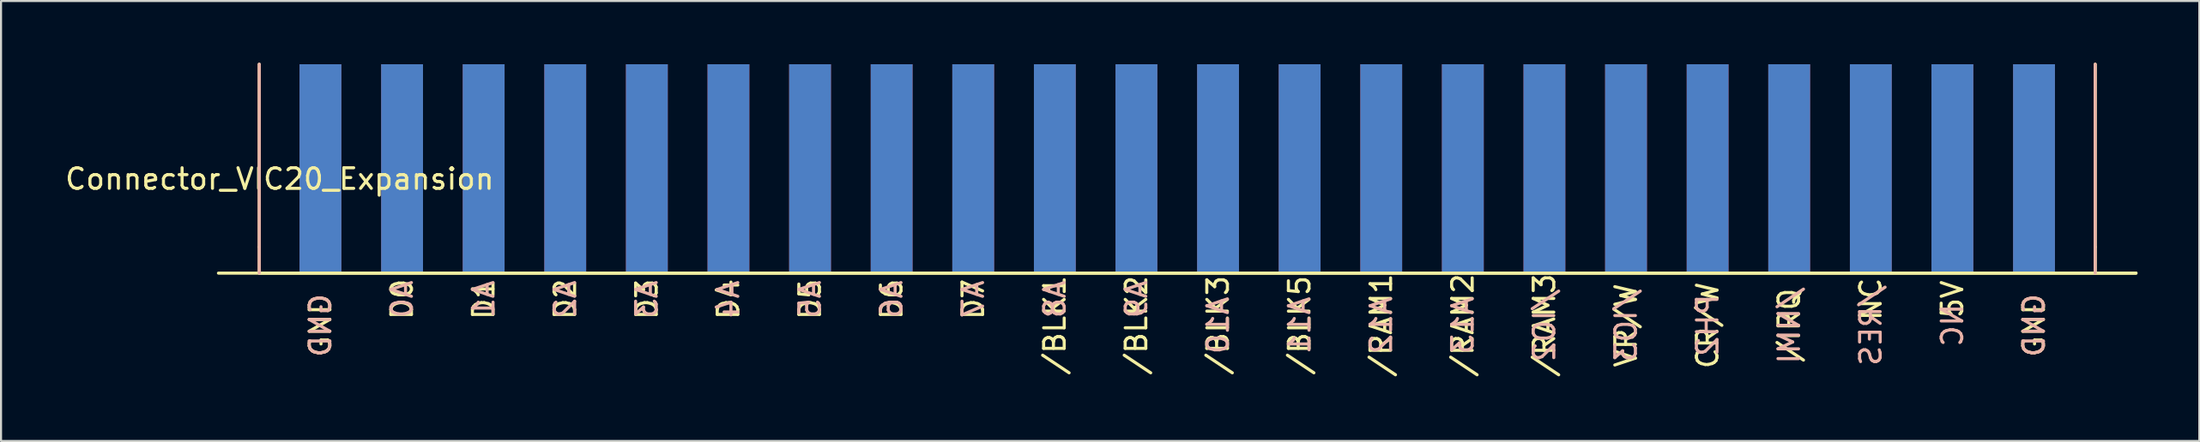
<source format=kicad_pcb>
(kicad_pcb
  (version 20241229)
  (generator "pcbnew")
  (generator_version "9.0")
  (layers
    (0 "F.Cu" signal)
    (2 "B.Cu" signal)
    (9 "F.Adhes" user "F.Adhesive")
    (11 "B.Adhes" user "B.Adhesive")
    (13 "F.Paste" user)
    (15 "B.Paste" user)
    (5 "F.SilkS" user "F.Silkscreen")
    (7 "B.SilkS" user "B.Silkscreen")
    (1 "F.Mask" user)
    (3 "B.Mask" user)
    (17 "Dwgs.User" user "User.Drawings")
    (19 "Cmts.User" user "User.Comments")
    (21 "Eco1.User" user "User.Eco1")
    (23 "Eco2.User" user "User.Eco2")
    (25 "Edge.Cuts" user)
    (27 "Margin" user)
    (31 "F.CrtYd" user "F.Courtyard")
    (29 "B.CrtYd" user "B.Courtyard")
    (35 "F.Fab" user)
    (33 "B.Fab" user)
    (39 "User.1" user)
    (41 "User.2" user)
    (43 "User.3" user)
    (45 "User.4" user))
  (footprint "Connector_VIC20_Expansion"
    (layer "F.Cu")
    (at 10.53 5.155)
    (property "Reference" "Connector_VIC20_Expansion" (at 0 0.5 0) (layer "F.SilkS") (effects (font (size 1 1) (thickness 0.15))))
    (attr exclude_from_pos_files exclude_from_bom)
    (fp_line (start -0.991 3.81) (end -0.991 -5.08) (stroke (width 0.15) (type solid)) (layer "F.SilkS"))
    (fp_line (start -0.991 5.08) (end -0.991 3.81) (stroke (width 0.15) (type solid)) (layer "F.SilkS"))
    (fp_line (start -0.991 5.08) (end 88.163 5.08) (stroke (width 0.15) (type solid)) (layer "F.SilkS"))
    (fp_line (start 88.163 -5.08) (end 88.163 3.81) (stroke (width 0.15) (type solid)) (layer "F.SilkS"))
    (fp_line (start 88.163 5.08) (end 88.163 3.81) (stroke (width 0.15) (type solid)) (layer "F.SilkS"))
    (fp_line (start 88.163 5.08) (end 90.145 5.08) (stroke (width 0.15) (type solid)) (layer "F.SilkS"))
    (fp_line (start 90.145 5.08) (end -2.972 5.08) (stroke (width 0.15) (type solid)) (layer "F.SilkS"))
    (fp_line (start -0.991 5.08) (end -0.991 -5.08) (stroke (width 0.15) (type solid)) (layer "B.SilkS"))
    (fp_line (start 88.163 -5.08) (end 88.163 5.08) (stroke (width 0.15) (type solid)) (layer "B.SilkS"))
    (fp_text user "D6" (at 29.718 6.35 90) (layer "F.SilkS") (effects (font (size 1 1) (thickness 0.15))))
    (fp_text user "/RAM3" (at 61.417 7.62 90) (layer "F.SilkS") (effects (font (size 1 1) (thickness 0.15))))
    (fp_text user "/IRQ" (at 73.304 7.62 90) (layer "F.SilkS") (effects (font (size 1 1) (thickness 0.15))))
    (fp_text user "D2" (at 13.868 6.35 90) (layer "F.SilkS") (effects (font (size 1 1) (thickness 0.15))))
    (fp_text user "VR/W" (at 65.38 7.62 90) (layer "F.SilkS") (effects (font (size 1 1) (thickness 0.15))))
    (fp_text user "D3" (at 17.831 6.35 90) (layer "F.SilkS") (effects (font (size 1 1) (thickness 0.15))))
    (fp_text user "D7" (at 33.68 6.35 90) (layer "F.SilkS") (effects (font (size 1 1) (thickness 0.15))))
    (fp_text user "D5" (at 25.756 6.35 90) (layer "F.SilkS") (effects (font (size 1 1) (thickness 0.15))))
    (fp_text user "/BLK2" (at 41.605 7.62 90) (layer "F.SilkS") (effects (font (size 1 1) (thickness 0.15))))
    (fp_text user "GND" (at 1.981 7.62 90) (layer "F.SilkS") (effects (font (size 1 1) (thickness 0.15))))
    (fp_text user "CR/W" (at 69.342 7.62 90) (layer "F.SilkS") (effects (font (size 1 1) (thickness 0.15))))
    (fp_text user "D4" (at 21.793 6.35 90) (layer "F.SilkS") (effects (font (size 1 1) (thickness 0.15))))
    (fp_text user "5V" (at 81.229 6.35 90) (layer "F.SilkS") (effects (font (size 1 1) (thickness 0.15))))
    (fp_text user "D0" (at 5.944 6.35 90) (layer "F.SilkS") (effects (font (size 1 1) (thickness 0.15))))
    (fp_text user "/BLK3" (at 45.568 7.62 90) (layer "F.SilkS") (effects (font (size 1 1) (thickness 0.15))))
    (fp_text user "NC" (at 77.267 6.35 90) (layer "F.SilkS") (effects (font (size 1 1) (thickness 0.15))))
    (fp_text user "GND" (at 85.192 7.62 270) (layer "F.SilkS") (effects (font (size 1 1) (thickness 0.15))))
    (fp_text user "/RAM2" (at 57.455 7.62 90) (layer "F.SilkS") (effects (font (size 1 1) (thickness 0.15))))
    (fp_text user "/BLK1" (at 37.643 7.62 270) (layer "F.SilkS") (effects (font (size 1 1) (thickness 0.15))))
    (fp_text user "/RAM1" (at 53.492 7.62 90) (layer "F.SilkS") (effects (font (size 1 1) (thickness 0.15))))
    (fp_text user "/BLK5" (at 49.53 7.62 90) (layer "F.SilkS") (effects (font (size 1 1) (thickness 0.15))))
    (fp_text user "D1" (at 9.906 6.35 90) (layer "F.SilkS") (effects (font (size 1 1) (thickness 0.15))))
    (fp_text user "A6" (at 29.718 6.35 90) (layer "B.SilkS") (effects (font (size 1 1) (thickness 0.15)) (justify mirror)))
    (fp_text user "A2" (at 13.868 6.35 90) (layer "B.SilkS") (effects (font (size 1 1) (thickness 0.15)) (justify mirror)))
    (fp_text user "A0" (at 5.944 6.35 90) (layer "B.SilkS") (effects (font (size 1 1) (thickness 0.15)) (justify mirror)))
    (fp_text user "A3" (at 17.831 6.35 90) (layer "B.SilkS") (effects (font (size 1 1) (thickness 0.15)) (justify mirror)))
    (fp_text user "A7" (at 33.68 6.35 90) (layer "B.SilkS") (effects (font (size 1 1) (thickness 0.15)) (justify mirror)))
    (fp_text user "GND" (at 1.981 7.62 90) (layer "B.SilkS") (effects (font (size 1 1) (thickness 0.15)) (justify mirror)))
    (fp_text user "/IO3" (at 65.38 7.62 90) (layer "B.SilkS") (effects (font (size 1 1) (thickness 0.15)) (justify mirror)))
    (fp_text user "A9" (at 41.605 6.35 90) (layer "B.SilkS") (effects (font (size 1 1) (thickness 0.15)) (justify mirror)))
    (fp_text user "A12" (at 53.492 7.62 90) (layer "B.SilkS") (effects (font (size 1 1) (thickness 0.15)) (justify mirror)))
    (fp_text user "/IO2" (at 61.417 7.62 90) (layer "B.SilkS") (effects (font (size 1 1) (thickness 0.15)) (justify mirror)))
    (fp_text user "A13" (at 57.455 7.62 90) (layer "B.SilkS") (effects (font (size 1 1) (thickness 0.15)) (justify mirror)))
    (fp_text user "PH2" (at 69.342 7.62 90) (layer "B.SilkS") (effects (font (size 1 1) (thickness 0.15)) (justify mirror)))
    (fp_text user "/RES" (at 77.267 7.62 90) (layer "B.SilkS") (effects (font (size 1 1) (thickness 0.15)) (justify mirror)))
    (fp_text user "/NMI" (at 73.304 7.62 90) (layer "B.SilkS") (effects (font (size 1 1) (thickness 0.15)) (justify mirror)))
    (fp_text user "A1" (at 9.906 6.35 90) (layer "B.SilkS") (effects (font (size 1 1) (thickness 0.15)) (justify mirror)))
    (fp_text user "A4" (at 21.793 6.35 90) (layer "B.SilkS") (effects (font (size 1 1) (thickness 0.15)) (justify mirror)))
    (fp_text user "GND" (at 85.192 7.62 90) (layer "B.SilkS") (effects (font (size 1 1) (thickness 0.15)) (justify mirror)))
    (fp_text user "A5" (at 25.756 6.35 90) (layer "B.SilkS") (effects (font (size 1 1) (thickness 0.15)) (justify mirror)))
    (fp_text user "A10" (at 45.568 7.62 90) (layer "B.SilkS") (effects (font (size 1 1) (thickness 0.15)) (justify mirror)))
    (fp_text user "A8" (at 37.643 6.35 90) (layer "B.SilkS") (effects (font (size 1 1) (thickness 0.15)) (justify mirror)))
    (fp_text user "NC" (at 81.229 7.62 90) (layer "B.SilkS") (effects (font (size 1 1) (thickness 0.15)) (justify mirror)))
    (fp_text user "A11" (at 49.53 7.62 90) (layer "B.SilkS") (effects (font (size 1 1) (thickness 0.15)) (justify mirror)))
    (pad "5V" smd rect (at 81.229 0) (size 2.032 10.16) (layers "F.Cu" "F.Mask"))
    (pad "20NC" smd rect (at 77.267 0) (size 2.032 10.16) (layers "F.Cu" "F.Mask"))
    (pad "A0" smd rect (at 5.944 0) (size 2.032 10.16) (layers "B.Cu" "B.Mask"))
    (pad "A1" smd rect (at 9.906 0) (size 2.032 10.16) (layers "B.Cu" "B.Mask"))
    (pad "A2" smd rect (at 13.868 0) (size 2.032 10.16) (layers "B.Cu" "B.Mask"))
    (pad "A3" smd rect (at 17.831 0) (size 2.032 10.16) (layers "B.Cu" "B.Mask"))
    (pad "A4" smd rect (at 21.793 0) (size 2.032 10.16) (layers "B.Cu" "B.Mask"))
    (pad "A5" smd rect (at 25.756 0) (size 2.032 10.16) (layers "B.Cu" "B.Mask"))
    (pad "A6" smd rect (at 29.718 0) (size 2.032 10.16) (layers "B.Cu" "B.Mask"))
    (pad "A7" smd rect (at 33.68 0) (size 2.032 10.16) (layers "B.Cu" "B.Mask"))
    (pad "A8" smd rect (at 37.643 0) (size 2.032 10.16) (layers "B.Cu" "B.Mask"))
    (pad "A9" smd rect (at 41.605 0) (size 2.032 10.16) (layers "B.Cu" "B.Mask"))
    (pad "A10" smd rect (at 45.568 0) (size 2.032 10.16) (layers "B.Cu" "B.Mask"))
    (pad "A11" smd rect (at 49.53 0) (size 2.032 10.16) (layers "B.Cu" "B.Mask"))
    (pad "A12" smd rect (at 53.492 0) (size 2.032 10.16) (layers "B.Cu" "B.Mask"))
    (pad "A13" smd rect (at 57.455 0) (size 2.032 10.16) (layers "B.Cu" "B.Mask"))
    (pad "BLK1" smd rect (at 37.643 0) (size 2.032 10.16) (layers "F.Cu" "F.Mask"))
    (pad "BLK2" smd rect (at 41.605 0) (size 2.032 10.16) (layers "F.Cu" "F.Mask"))
    (pad "BLK3" smd rect (at 45.568 0) (size 2.032 10.16) (layers "F.Cu" "F.Mask"))
    (pad "BLK5" smd rect (at 49.53 0) (size 2.032 10.16) (layers "F.Cu" "F.Mask"))
    (pad "CRW" smd rect (at 69.342 0) (size 2.032 10.16) (layers "F.Cu" "F.Mask"))
    (pad "D0" smd rect (at 5.944 0) (size 2.032 10.16) (layers "F.Cu" "F.Mask"))
    (pad "D1" smd rect (at 9.906 0) (size 2.032 10.16) (layers "F.Cu" "F.Mask"))
    (pad "D2" smd rect (at 13.868 0) (size 2.032 10.16) (layers "F.Cu" "F.Mask"))
    (pad "D3" smd rect (at 17.831 0) (size 2.032 10.16) (layers "F.Cu" "F.Mask"))
    (pad "D4" smd rect (at 21.793 0) (size 2.032 10.16) (layers "F.Cu" "F.Mask"))
    (pad "D5" smd rect (at 25.756 0) (size 2.032 10.16) (layers "F.Cu" "F.Mask"))
    (pad "D6" smd rect (at 29.718 0) (size 2.032 10.16) (layers "F.Cu" "F.Mask"))
    (pad "D7" smd rect (at 33.68 0) (size 2.032 10.16) (layers "F.Cu" "F.Mask"))
    (pad "GND1" smd rect (at 1.981 0) (size 2.032 10.16) (layers "F.Cu" "F.Mask"))
    (pad "GND22" smd rect (at 85.192 0) (size 2.032 10.16) (layers "F.Cu" "F.Mask"))
    (pad "GND44" smd rect (at 85.192 0) (size 2.032 10.16) (layers "B.Cu" "B.Mask"))
    (pad "GNDA" smd rect (at 1.981 0) (size 2.032 10.16) (layers "B.Cu" "B.Mask"))
    (pad "IO2" smd rect (at 61.417 0) (size 2.032 10.16) (layers "B.Cu" "B.Mask"))
    (pad "IO3" smd rect (at 65.38 0) (size 2.032 10.16) (layers "B.Cu" "B.Mask"))
    (pad "IRQ" smd rect (at 73.304 0) (size 2.032 10.16) (layers "F.Cu" "F.Mask"))
    (pad "NMI" smd rect (at 73.304 0) (size 2.032 10.16) (layers "B.Cu" "B.Mask"))
    (pad "RAM1" smd rect (at 53.492 0) (size 2.032 10.16) (layers "F.Cu" "F.Mask"))
    (pad "RAM2" smd rect (at 57.455 0) (size 2.032 10.16) (layers "F.Cu" "F.Mask"))
    (pad "RAM3" smd rect (at 61.417 0) (size 2.032 10.16) (layers "F.Cu" "F.Mask"))
    (pad "RESET" smd rect (at 77.267 0) (size 2.032 10.16) (layers "B.Cu" "B.Mask"))
    (pad "SPHI2" smd rect (at 69.342 0) (size 2.032 10.16) (layers "B.Cu" "B.Mask"))
    (pad "VRW" smd rect (at 65.38 0) (size 2.032 10.16) (layers "F.Cu" "F.Mask"))
    (pad "YNC" smd rect (at 81.229 0) (size 2.032 10.16) (layers "B.Cu" "B.Mask")))
  (gr_rect
    (start -3 -3)
    (end 103.749 18.4)
    (stroke (width 0.1) (type default))
    (fill no)
    (layer "Edge.Cuts")))
</source>
